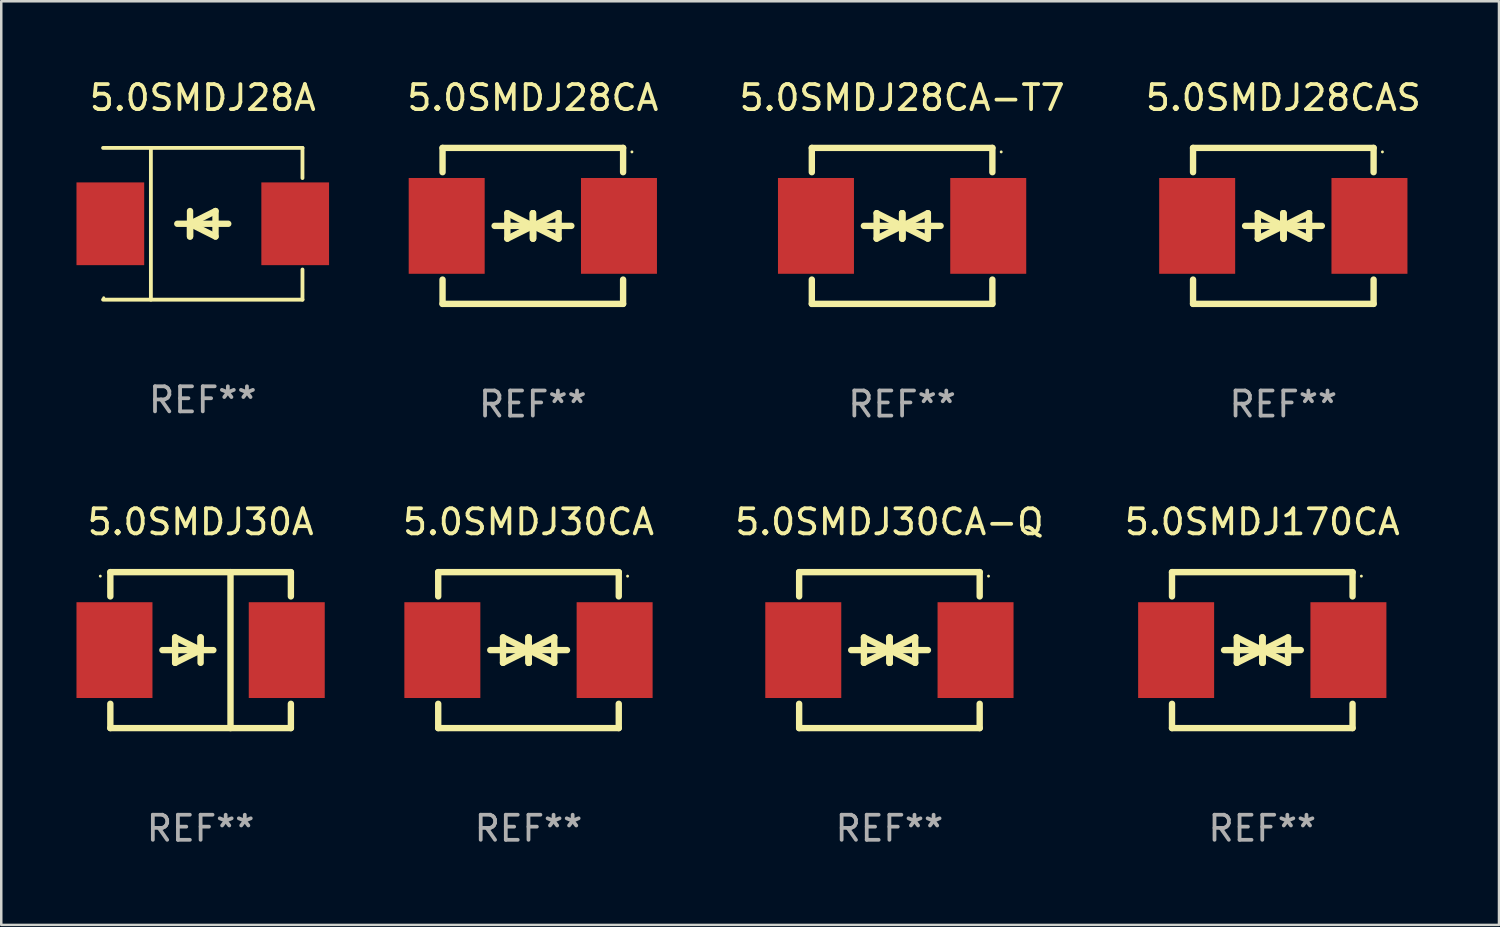
<source format=kicad_pcb>
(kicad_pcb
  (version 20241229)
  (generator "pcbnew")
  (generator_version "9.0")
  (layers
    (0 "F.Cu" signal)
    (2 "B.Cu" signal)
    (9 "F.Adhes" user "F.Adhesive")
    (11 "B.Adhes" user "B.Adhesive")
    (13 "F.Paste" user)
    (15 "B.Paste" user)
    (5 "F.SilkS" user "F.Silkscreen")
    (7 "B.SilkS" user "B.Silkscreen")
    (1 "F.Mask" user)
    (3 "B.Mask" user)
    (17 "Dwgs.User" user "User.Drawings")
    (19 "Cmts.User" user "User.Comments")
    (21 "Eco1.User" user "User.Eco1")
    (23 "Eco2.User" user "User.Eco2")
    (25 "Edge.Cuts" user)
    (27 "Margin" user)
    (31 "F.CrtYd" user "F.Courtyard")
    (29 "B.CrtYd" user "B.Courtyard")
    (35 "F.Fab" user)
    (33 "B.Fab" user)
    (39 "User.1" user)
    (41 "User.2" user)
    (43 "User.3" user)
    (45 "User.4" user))
  (footprint "5.0SMDJ30A"
    (layer "F.Cu")
    (at 4.95 22.875)
    (property "Reference" "5.0SMDJ30A" (at 0 -5.11 0) (layer "F.SilkS") (effects (font (size 1 1) (thickness 0.15))))
    (attr through_hole)
    (fp_line (start -3.6 -2.141) (end -3.6 -3.11) (stroke (width 0.254) (type solid)) (layer "F.SilkS"))
    (fp_line (start -3.6 3.11) (end -3.6 2.141) (stroke (width 0.254) (type solid)) (layer "F.SilkS"))
    (fp_line (start -1.524 0) (end 0.508 0) (stroke (width 0.254) (type solid)) (layer "F.SilkS"))
    (fp_line (start -1.016 -0.508) (end -1.016 0.508) (stroke (width 0.254) (type solid)) (layer "F.SilkS"))
    (fp_line (start -1.016 0.508) (end 0 0) (stroke (width 0.254) (type solid)) (layer "F.SilkS"))
    (fp_line (start 0 -0.508) (end 0 0.508) (stroke (width 0.254) (type solid)) (layer "F.SilkS"))
    (fp_line (start 0 0) (end -1.016 -0.508) (stroke (width 0.254) (type solid)) (layer "F.SilkS"))
    (fp_line (start 0 0) (end 0 -0.508) (stroke (width 0.254) (type solid)) (layer "F.SilkS"))
    (fp_line (start 1.192 3.11) (end 1.192 -3.11) (stroke (width 0.254) (type solid)) (layer "F.SilkS"))
    (fp_line (start 3.6 -3.11) (end -3.6 -3.11) (stroke (width 0.254) (type solid)) (layer "F.SilkS"))
    (fp_line (start 3.6 -2.141) (end 3.6 -3.11) (stroke (width 0.254) (type solid)) (layer "F.SilkS"))
    (fp_line (start 3.6 3.11) (end -3.6 3.11) (stroke (width 0.254) (type solid)) (layer "F.SilkS"))
    (fp_line (start 3.6 3.11) (end 3.6 2.141) (stroke (width 0.254) (type solid)) (layer "F.SilkS"))
    (fp_circle (center -4 -2.95) (end -3.97 -2.95) (stroke (width 0.06) (type solid)) (fill no) (layer "F.SilkS"))
    (fp_text user "REF**" (at 0 7.11 0) (layer "F.Fab") (effects (font (size 1 1) (thickness 0.15))))
    (pad "1" smd rect (at -3.435 0) (size 3.03 3.82) (layers "F.Cu" "F.Mask" "F.Paste"))
    (pad "2" smd rect (at 3.435 0) (size 3.03 3.82) (layers "F.Cu" "F.Mask" "F.Paste")))
  (footprint "5.0SMDJ170CA"
    (layer "F.Cu")
    (at 47.287 22.875)
    (property "Reference" "5.0SMDJ170CA" (at 0 -5.11 0) (layer "F.SilkS") (effects (font (size 1 1) (thickness 0.15))))
    (attr through_hole)
    (fp_line (start -3.6 -2.141) (end -3.6 -3.11) (stroke (width 0.254) (type solid)) (layer "F.SilkS"))
    (fp_line (start -3.6 3.11) (end -3.6 2.141) (stroke (width 0.254) (type solid)) (layer "F.SilkS"))
    (fp_line (start -1.524 0) (end 0.508 0) (stroke (width 0.254) (type solid)) (layer "F.SilkS"))
    (fp_line (start -1.016 -0.508) (end -1.016 0.508) (stroke (width 0.254) (type solid)) (layer "F.SilkS"))
    (fp_line (start -1.016 0.508) (end 0 0) (stroke (width 0.254) (type solid)) (layer "F.SilkS"))
    (fp_line (start 0 -0.508) (end 0 0.508) (stroke (width 0.254) (type solid)) (layer "F.SilkS"))
    (fp_line (start 0 0) (end -1.016 -0.508) (stroke (width 0.254) (type solid)) (layer "F.SilkS"))
    (fp_line (start 0 0) (end 0 -0.508) (stroke (width 0.254) (type solid)) (layer "F.SilkS"))
    (fp_line (start 0.012 0) (end 0.012 0.508) (stroke (width 0.254) (type solid)) (layer "F.SilkS"))
    (fp_line (start 0.012 0) (end 1.028 0.508) (stroke (width 0.254) (type solid)) (layer "F.SilkS"))
    (fp_line (start 0.012 0.508) (end 0.012 -0.508) (stroke (width 0.254) (type solid)) (layer "F.SilkS"))
    (fp_line (start 1.028 -0.508) (end 0.012 0) (stroke (width 0.254) (type solid)) (layer "F.SilkS"))
    (fp_line (start 1.028 0.508) (end 1.028 -0.508) (stroke (width 0.254) (type solid)) (layer "F.SilkS"))
    (fp_line (start 1.536 0) (end -0.496 0) (stroke (width 0.254) (type solid)) (layer "F.SilkS"))
    (fp_line (start 3.6 -3.11) (end -3.6 -3.11) (stroke (width 0.254) (type solid)) (layer "F.SilkS"))
    (fp_line (start 3.6 -2.141) (end 3.6 -3.11) (stroke (width 0.254) (type solid)) (layer "F.SilkS"))
    (fp_line (start 3.6 3.11) (end -3.6 3.11) (stroke (width 0.254) (type solid)) (layer "F.SilkS"))
    (fp_line (start 3.6 3.11) (end 3.6 2.141) (stroke (width 0.254) (type solid)) (layer "F.SilkS"))
    (fp_circle (center 3.952 -2.95) (end 3.982 -2.95) (stroke (width 0.06) (type solid)) (fill no) (layer "F.SilkS"))
    (fp_text user "REF**" (at 0 7.11 0) (layer "F.Fab") (effects (font (size 1 1) (thickness 0.15))))
    (pad "1" smd rect (at 3.435 0) (size 3.03 3.82) (layers "F.Cu" "F.Mask" "F.Paste"))
    (pad "2" smd rect (at -3.435 0) (size 3.03 3.82) (layers "F.Cu" "F.Mask" "F.Paste")))
  (footprint "5.0SMDJ28CA"
    (layer "F.Cu")
    (at 18.198 5.958)
    (property "Reference" "5.0SMDJ28CA" (at 0 -5.11 0) (layer "F.SilkS") (effects (font (size 1 1) (thickness 0.15))))
    (attr through_hole)
    (fp_line (start -3.6 -2.141) (end -3.6 -3.11) (stroke (width 0.254) (type solid)) (layer "F.SilkS"))
    (fp_line (start -3.6 3.11) (end -3.6 2.141) (stroke (width 0.254) (type solid)) (layer "F.SilkS"))
    (fp_line (start -1.524 0) (end 0.508 0) (stroke (width 0.254) (type solid)) (layer "F.SilkS"))
    (fp_line (start -1.016 -0.508) (end -1.016 0.508) (stroke (width 0.254) (type solid)) (layer "F.SilkS"))
    (fp_line (start -1.016 0.508) (end 0 0) (stroke (width 0.254) (type solid)) (layer "F.SilkS"))
    (fp_line (start 0 -0.508) (end 0 0.508) (stroke (width 0.254) (type solid)) (layer "F.SilkS"))
    (fp_line (start 0 0) (end -1.016 -0.508) (stroke (width 0.254) (type solid)) (layer "F.SilkS"))
    (fp_line (start 0 0) (end 0 -0.508) (stroke (width 0.254) (type solid)) (layer "F.SilkS"))
    (fp_line (start 0.012 0) (end 0.012 0.508) (stroke (width 0.254) (type solid)) (layer "F.SilkS"))
    (fp_line (start 0.012 0) (end 1.028 0.508) (stroke (width 0.254) (type solid)) (layer "F.SilkS"))
    (fp_line (start 0.012 0.508) (end 0.012 -0.508) (stroke (width 0.254) (type solid)) (layer "F.SilkS"))
    (fp_line (start 1.028 -0.508) (end 0.012 0) (stroke (width 0.254) (type solid)) (layer "F.SilkS"))
    (fp_line (start 1.028 0.508) (end 1.028 -0.508) (stroke (width 0.254) (type solid)) (layer "F.SilkS"))
    (fp_line (start 1.536 0) (end -0.496 0) (stroke (width 0.254) (type solid)) (layer "F.SilkS"))
    (fp_line (start 3.6 -3.11) (end -3.6 -3.11) (stroke (width 0.254) (type solid)) (layer "F.SilkS"))
    (fp_line (start 3.6 -2.141) (end 3.6 -3.11) (stroke (width 0.254) (type solid)) (layer "F.SilkS"))
    (fp_line (start 3.6 3.11) (end -3.6 3.11) (stroke (width 0.254) (type solid)) (layer "F.SilkS"))
    (fp_line (start 3.6 3.11) (end 3.6 2.141) (stroke (width 0.254) (type solid)) (layer "F.SilkS"))
    (fp_circle (center 3.952 -2.95) (end 3.982 -2.95) (stroke (width 0.06) (type solid)) (fill no) (layer "F.SilkS"))
    (fp_text user "REF**" (at 0 7.11 0) (layer "F.Fab") (effects (font (size 1 1) (thickness 0.15))))
    (pad "1" smd rect (at 3.435 0) (size 3.03 3.82) (layers "F.Cu" "F.Mask" "F.Paste"))
    (pad "2" smd rect (at -3.435 0) (size 3.03 3.82) (layers "F.Cu" "F.Mask" "F.Paste")))
  (footprint "5.0SMDJ30CA"
    (layer "F.Cu")
    (at 18.025 22.875)
    (property "Reference" "5.0SMDJ30CA" (at 0 -5.11 0) (layer "F.SilkS") (effects (font (size 1 1) (thickness 0.15))))
    (attr through_hole)
    (fp_line (start -3.6 -2.141) (end -3.6 -3.11) (stroke (width 0.254) (type solid)) (layer "F.SilkS"))
    (fp_line (start -3.6 3.11) (end -3.6 2.141) (stroke (width 0.254) (type solid)) (layer "F.SilkS"))
    (fp_line (start -1.524 0) (end 0.508 0) (stroke (width 0.254) (type solid)) (layer "F.SilkS"))
    (fp_line (start -1.016 -0.508) (end -1.016 0.508) (stroke (width 0.254) (type solid)) (layer "F.SilkS"))
    (fp_line (start -1.016 0.508) (end 0 0) (stroke (width 0.254) (type solid)) (layer "F.SilkS"))
    (fp_line (start 0 -0.508) (end 0 0.508) (stroke (width 0.254) (type solid)) (layer "F.SilkS"))
    (fp_line (start 0 0) (end -1.016 -0.508) (stroke (width 0.254) (type solid)) (layer "F.SilkS"))
    (fp_line (start 0 0) (end 0 -0.508) (stroke (width 0.254) (type solid)) (layer "F.SilkS"))
    (fp_line (start 0.012 0) (end 0.012 0.508) (stroke (width 0.254) (type solid)) (layer "F.SilkS"))
    (fp_line (start 0.012 0) (end 1.028 0.508) (stroke (width 0.254) (type solid)) (layer "F.SilkS"))
    (fp_line (start 0.012 0.508) (end 0.012 -0.508) (stroke (width 0.254) (type solid)) (layer "F.SilkS"))
    (fp_line (start 1.028 -0.508) (end 0.012 0) (stroke (width 0.254) (type solid)) (layer "F.SilkS"))
    (fp_line (start 1.028 0.508) (end 1.028 -0.508) (stroke (width 0.254) (type solid)) (layer "F.SilkS"))
    (fp_line (start 1.536 0) (end -0.496 0) (stroke (width 0.254) (type solid)) (layer "F.SilkS"))
    (fp_line (start 3.6 -3.11) (end -3.6 -3.11) (stroke (width 0.254) (type solid)) (layer "F.SilkS"))
    (fp_line (start 3.6 -2.141) (end 3.6 -3.11) (stroke (width 0.254) (type solid)) (layer "F.SilkS"))
    (fp_line (start 3.6 3.11) (end -3.6 3.11) (stroke (width 0.254) (type solid)) (layer "F.SilkS"))
    (fp_line (start 3.6 3.11) (end 3.6 2.141) (stroke (width 0.254) (type solid)) (layer "F.SilkS"))
    (fp_circle (center 3.952 -2.95) (end 3.982 -2.95) (stroke (width 0.06) (type solid)) (fill no) (layer "F.SilkS"))
    (fp_text user "REF**" (at 0 7.11 0) (layer "F.Fab") (effects (font (size 1 1) (thickness 0.15))))
    (pad "1" smd rect (at 3.435 0) (size 3.03 3.82) (layers "F.Cu" "F.Mask" "F.Paste"))
    (pad "2" smd rect (at -3.435 0) (size 3.03 3.82) (layers "F.Cu" "F.Mask" "F.Paste")))
  (footprint "5.0SMDJ30CA-Q"
    (layer "F.Cu")
    (at 32.418 22.875)
    (property "Reference" "5.0SMDJ30CA-Q" (at 0 -5.11 0) (layer "F.SilkS") (effects (font (size 1 1) (thickness 0.15))))
    (attr through_hole)
    (fp_line (start -3.6 -2.141) (end -3.6 -3.11) (stroke (width 0.254) (type solid)) (layer "F.SilkS"))
    (fp_line (start -3.6 3.11) (end -3.6 2.141) (stroke (width 0.254) (type solid)) (layer "F.SilkS"))
    (fp_line (start -1.524 0) (end 0.508 0) (stroke (width 0.254) (type solid)) (layer "F.SilkS"))
    (fp_line (start -1.016 -0.508) (end -1.016 0.508) (stroke (width 0.254) (type solid)) (layer "F.SilkS"))
    (fp_line (start -1.016 0.508) (end 0 0) (stroke (width 0.254) (type solid)) (layer "F.SilkS"))
    (fp_line (start 0 -0.508) (end 0 0.508) (stroke (width 0.254) (type solid)) (layer "F.SilkS"))
    (fp_line (start 0 0) (end -1.016 -0.508) (stroke (width 0.254) (type solid)) (layer "F.SilkS"))
    (fp_line (start 0 0) (end 0 -0.508) (stroke (width 0.254) (type solid)) (layer "F.SilkS"))
    (fp_line (start 0.012 0) (end 0.012 0.508) (stroke (width 0.254) (type solid)) (layer "F.SilkS"))
    (fp_line (start 0.012 0) (end 1.028 0.508) (stroke (width 0.254) (type solid)) (layer "F.SilkS"))
    (fp_line (start 0.012 0.508) (end 0.012 -0.508) (stroke (width 0.254) (type solid)) (layer "F.SilkS"))
    (fp_line (start 1.028 -0.508) (end 0.012 0) (stroke (width 0.254) (type solid)) (layer "F.SilkS"))
    (fp_line (start 1.028 0.508) (end 1.028 -0.508) (stroke (width 0.254) (type solid)) (layer "F.SilkS"))
    (fp_line (start 1.536 0) (end -0.496 0) (stroke (width 0.254) (type solid)) (layer "F.SilkS"))
    (fp_line (start 3.6 -3.11) (end -3.6 -3.11) (stroke (width 0.254) (type solid)) (layer "F.SilkS"))
    (fp_line (start 3.6 -2.141) (end 3.6 -3.11) (stroke (width 0.254) (type solid)) (layer "F.SilkS"))
    (fp_line (start 3.6 3.11) (end -3.6 3.11) (stroke (width 0.254) (type solid)) (layer "F.SilkS"))
    (fp_line (start 3.6 3.11) (end 3.6 2.141) (stroke (width 0.254) (type solid)) (layer "F.SilkS"))
    (fp_circle (center 3.952 -2.95) (end 3.982 -2.95) (stroke (width 0.06) (type solid)) (fill no) (layer "F.SilkS"))
    (fp_text user "REF**" (at 0 7.11 0) (layer "F.Fab") (effects (font (size 1 1) (thickness 0.15))))
    (pad "1" smd rect (at 3.435 0) (size 3.03 3.82) (layers "F.Cu" "F.Mask" "F.Paste"))
    (pad "2" smd rect (at -3.435 0) (size 3.03 3.82) (layers "F.Cu" "F.Mask" "F.Paste")))
  (footprint "5.0SMDJ28A"
    (layer "F.Cu")
    (at 5.036 5.874)
    (property "Reference" "5.0SMDJ28A" (at 0 -5.026 0) (layer "F.SilkS") (effects (font (size 1 1) (thickness 0.15))))
    (attr through_hole)
    (fp_line (start -3.976 -3.026) (end 3.976 -3.026) (stroke (width 0.152) (type solid)) (layer "F.SilkS"))
    (fp_line (start -3.976 3.026) (end 3.976 3.026) (stroke (width 0.152) (type solid)) (layer "F.SilkS"))
    (fp_line (start -2.069 -3.026) (end -2.069 3.026) (stroke (width 0.152) (type solid)) (layer "F.SilkS"))
    (fp_line (start -0.508 0) (end -0.508 0.508) (stroke (width 0.254) (type solid)) (layer "F.SilkS"))
    (fp_line (start -0.508 0) (end 0.508 0.508) (stroke (width 0.254) (type solid)) (layer "F.SilkS"))
    (fp_line (start -0.508 0.508) (end -0.508 -0.508) (stroke (width 0.254) (type solid)) (layer "F.SilkS"))
    (fp_line (start 0.508 -0.508) (end -0.508 0) (stroke (width 0.254) (type solid)) (layer "F.SilkS"))
    (fp_line (start 0.508 0.508) (end 0.508 -0.508) (stroke (width 0.254) (type solid)) (layer "F.SilkS"))
    (fp_line (start 1.016 0) (end -1.016 0) (stroke (width 0.254) (type solid)) (layer "F.SilkS"))
    (fp_line (start 3.976 -3.026) (end 3.976 -1.823) (stroke (width 0.152) (type solid)) (layer "F.SilkS"))
    (fp_line (start 3.976 3.026) (end 3.976 1.823) (stroke (width 0.152) (type solid)) (layer "F.SilkS"))
    (fp_circle (center -3.95 2.95) (end -3.92 2.95) (stroke (width 0.06) (type solid)) (fill no) (layer "F.SilkS"))
    (fp_text user "REF**" (at 0 7.026 0) (layer "F.Fab") (effects (font (size 1 1) (thickness 0.15))))
    (pad "1" smd rect (at -3.686 0) (size 2.7 3.3) (layers "F.Cu" "F.Mask" "F.Paste"))
    (pad "2" smd rect (at 3.686 0) (size 2.7 3.3) (layers "F.Cu" "F.Mask" "F.Paste")))
  (footprint "5.0SMDJ28CA-T7"
    (layer "F.Cu")
    (at 32.924 5.958)
    (property "Reference" "5.0SMDJ28CA-T7" (at 0 -5.11 0) (layer "F.SilkS") (effects (font (size 1 1) (thickness 0.15))))
    (attr through_hole)
    (fp_line (start -3.6 -2.141) (end -3.6 -3.11) (stroke (width 0.254) (type solid)) (layer "F.SilkS"))
    (fp_line (start -3.6 3.11) (end -3.6 2.141) (stroke (width 0.254) (type solid)) (layer "F.SilkS"))
    (fp_line (start -1.524 0) (end 0.508 0) (stroke (width 0.254) (type solid)) (layer "F.SilkS"))
    (fp_line (start -1.016 -0.508) (end -1.016 0.508) (stroke (width 0.254) (type solid)) (layer "F.SilkS"))
    (fp_line (start -1.016 0.508) (end 0 0) (stroke (width 0.254) (type solid)) (layer "F.SilkS"))
    (fp_line (start 0 -0.508) (end 0 0.508) (stroke (width 0.254) (type solid)) (layer "F.SilkS"))
    (fp_line (start 0 0) (end -1.016 -0.508) (stroke (width 0.254) (type solid)) (layer "F.SilkS"))
    (fp_line (start 0 0) (end 0 -0.508) (stroke (width 0.254) (type solid)) (layer "F.SilkS"))
    (fp_line (start 0.012 0) (end 0.012 0.508) (stroke (width 0.254) (type solid)) (layer "F.SilkS"))
    (fp_line (start 0.012 0) (end 1.028 0.508) (stroke (width 0.254) (type solid)) (layer "F.SilkS"))
    (fp_line (start 0.012 0.508) (end 0.012 -0.508) (stroke (width 0.254) (type solid)) (layer "F.SilkS"))
    (fp_line (start 1.028 -0.508) (end 0.012 0) (stroke (width 0.254) (type solid)) (layer "F.SilkS"))
    (fp_line (start 1.028 0.508) (end 1.028 -0.508) (stroke (width 0.254) (type solid)) (layer "F.SilkS"))
    (fp_line (start 1.536 0) (end -0.496 0) (stroke (width 0.254) (type solid)) (layer "F.SilkS"))
    (fp_line (start 3.6 -3.11) (end -3.6 -3.11) (stroke (width 0.254) (type solid)) (layer "F.SilkS"))
    (fp_line (start 3.6 -2.141) (end 3.6 -3.11) (stroke (width 0.254) (type solid)) (layer "F.SilkS"))
    (fp_line (start 3.6 3.11) (end -3.6 3.11) (stroke (width 0.254) (type solid)) (layer "F.SilkS"))
    (fp_line (start 3.6 3.11) (end 3.6 2.141) (stroke (width 0.254) (type solid)) (layer "F.SilkS"))
    (fp_circle (center 3.952 -2.95) (end 3.982 -2.95) (stroke (width 0.06) (type solid)) (fill no) (layer "F.SilkS"))
    (fp_text user "REF**" (at 0 7.11 0) (layer "F.Fab") (effects (font (size 1 1) (thickness 0.15))))
    (pad "1" smd rect (at 3.435 0) (size 3.03 3.82) (layers "F.Cu" "F.Mask" "F.Paste"))
    (pad "2" smd rect (at -3.435 0) (size 3.03 3.82) (layers "F.Cu" "F.Mask" "F.Paste")))
  (footprint "5.0SMDJ28CAS"
    (layer "F.Cu")
    (at 48.126 5.958)
    (property "Reference" "5.0SMDJ28CAS" (at 0 -5.11 0) (layer "F.SilkS") (effects (font (size 1 1) (thickness 0.15))))
    (attr through_hole)
    (fp_line (start -3.6 -2.141) (end -3.6 -3.11) (stroke (width 0.254) (type solid)) (layer "F.SilkS"))
    (fp_line (start -3.6 3.11) (end -3.6 2.141) (stroke (width 0.254) (type solid)) (layer "F.SilkS"))
    (fp_line (start -1.524 0) (end 0.508 0) (stroke (width 0.254) (type solid)) (layer "F.SilkS"))
    (fp_line (start -1.016 -0.508) (end -1.016 0.508) (stroke (width 0.254) (type solid)) (layer "F.SilkS"))
    (fp_line (start -1.016 0.508) (end 0 0) (stroke (width 0.254) (type solid)) (layer "F.SilkS"))
    (fp_line (start 0 -0.508) (end 0 0.508) (stroke (width 0.254) (type solid)) (layer "F.SilkS"))
    (fp_line (start 0 0) (end -1.016 -0.508) (stroke (width 0.254) (type solid)) (layer "F.SilkS"))
    (fp_line (start 0 0) (end 0 -0.508) (stroke (width 0.254) (type solid)) (layer "F.SilkS"))
    (fp_line (start 0.012 0) (end 0.012 0.508) (stroke (width 0.254) (type solid)) (layer "F.SilkS"))
    (fp_line (start 0.012 0) (end 1.028 0.508) (stroke (width 0.254) (type solid)) (layer "F.SilkS"))
    (fp_line (start 0.012 0.508) (end 0.012 -0.508) (stroke (width 0.254) (type solid)) (layer "F.SilkS"))
    (fp_line (start 1.028 -0.508) (end 0.012 0) (stroke (width 0.254) (type solid)) (layer "F.SilkS"))
    (fp_line (start 1.028 0.508) (end 1.028 -0.508) (stroke (width 0.254) (type solid)) (layer "F.SilkS"))
    (fp_line (start 1.536 0) (end -0.496 0) (stroke (width 0.254) (type solid)) (layer "F.SilkS"))
    (fp_line (start 3.6 -3.11) (end -3.6 -3.11) (stroke (width 0.254) (type solid)) (layer "F.SilkS"))
    (fp_line (start 3.6 -2.141) (end 3.6 -3.11) (stroke (width 0.254) (type solid)) (layer "F.SilkS"))
    (fp_line (start 3.6 3.11) (end -3.6 3.11) (stroke (width 0.254) (type solid)) (layer "F.SilkS"))
    (fp_line (start 3.6 3.11) (end 3.6 2.141) (stroke (width 0.254) (type solid)) (layer "F.SilkS"))
    (fp_circle (center 3.952 -2.95) (end 3.982 -2.95) (stroke (width 0.06) (type solid)) (fill no) (layer "F.SilkS"))
    (fp_text user "REF**" (at 0 7.11 0) (layer "F.Fab") (effects (font (size 1 1) (thickness 0.15))))
    (pad "1" smd rect (at 3.435 0) (size 3.03 3.82) (layers "F.Cu" "F.Mask" "F.Paste"))
    (pad "2" smd rect (at -3.435 0) (size 3.03 3.82) (layers "F.Cu" "F.Mask" "F.Paste")))
  (gr_rect
    (start -3 -3)
    (end 56.727 33.833)
    (stroke (width 0.1) (type default))
    (fill no)
    (layer "Edge.Cuts")))
</source>
